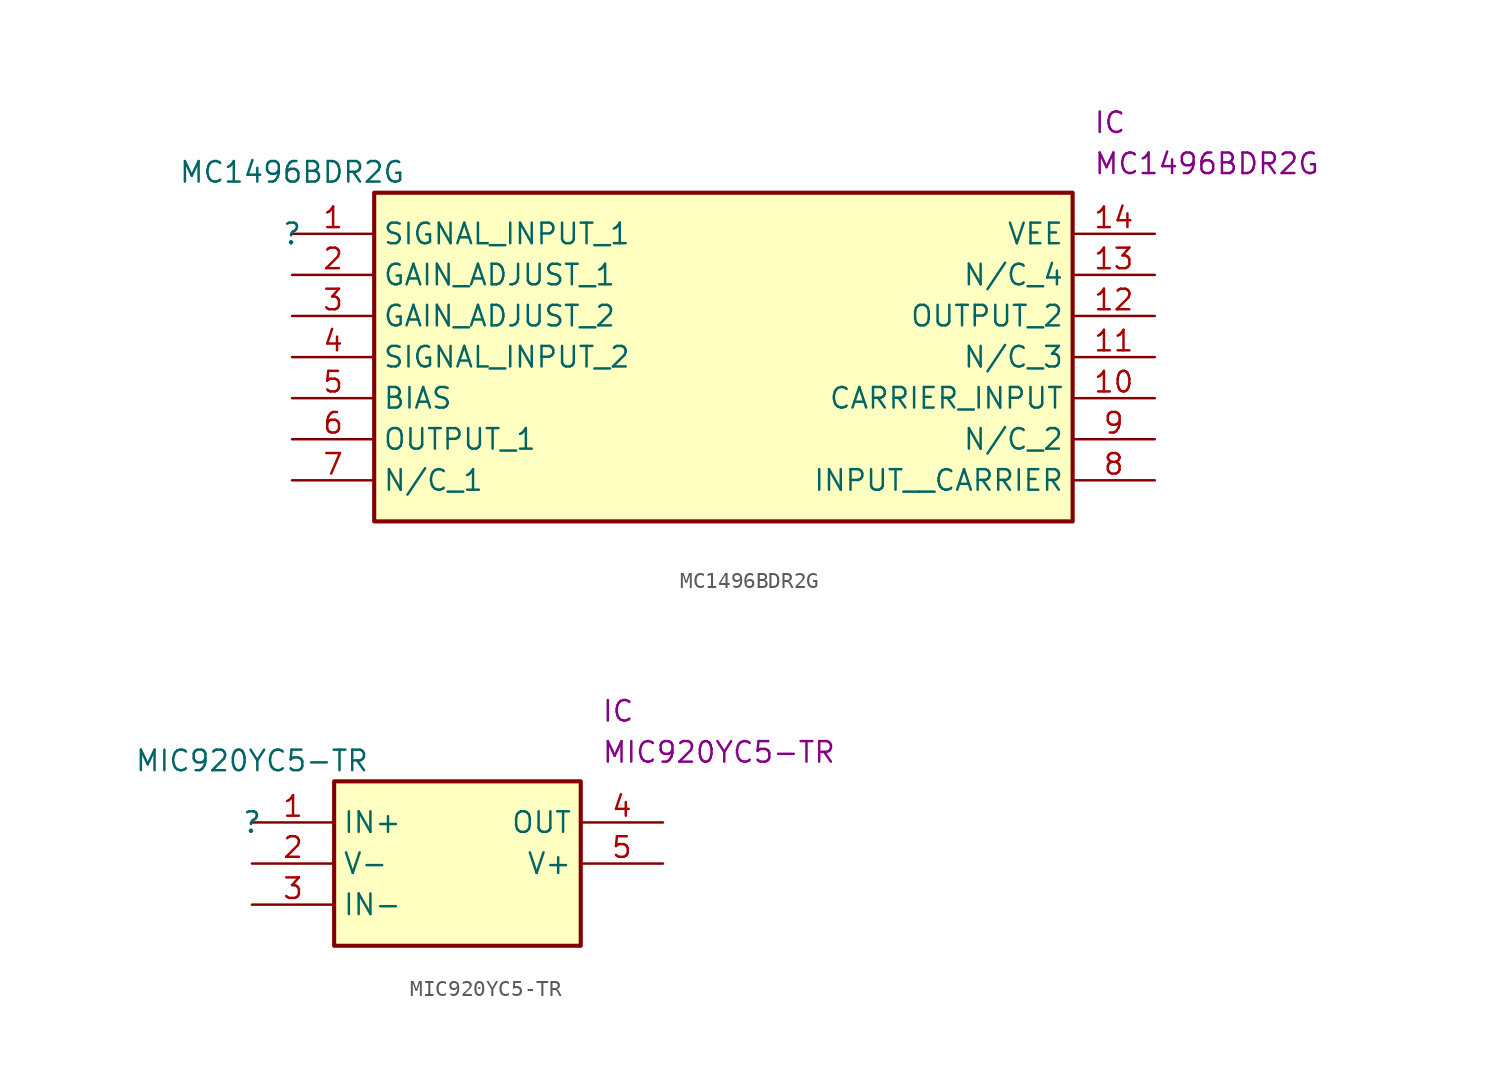
<source format=kicad_sym>
(kicad_symbol_lib
  (version 20211014)
  (generator kicad_symbol_editor)
  (symbol "MC1496BDR2G"
    (property "Reference" ""
      (at 0 0 0)
      (effects (font (size 1.27 1.27))))
    (property "Value" "MC1496BDR2G"
      (at 0 3.81 0)
      (effects (font (size 1.27 1.27))))
    (property "Reference_1" "IC"
      (at 49.53 7.62 0)
      (effects (font (size 1.27 1.27)) (justify left top)))
    (property "Value_1" "MC1496BDR2G"
      (at 49.53 5.08 0)
      (effects (font (size 1.27 1.27)) (justify left top)))
    (symbol "MC1496BDR2G_1_1"
      (rectangle (start 5.08 2.54) (end 48.26 -17.78) (stroke (width 0.254) (type default) (color 0 0 0 0)) (fill (type background)))
      (pin input line (at 0 0 0) (length 5.08) (name "SIGNAL_INPUT_1" (effects (font (size 1.27 1.27)))) (number "1" (effects (font (size 1.27 1.27)))))
      (pin input line (at 53.34 -10.16 180) (length 5.08) (name "CARRIER_INPUT" (effects (font (size 1.27 1.27)))) (number "10" (effects (font (size 1.27 1.27)))))
      (pin passive line (at 53.34 -7.62 180) (length 5.08) (name "N/C_3" (effects (font (size 1.27 1.27)))) (number "11" (effects (font (size 1.27 1.27)))))
      (pin output line (at 53.34 -5.08 180) (length 5.08) (name "OUTPUT_2" (effects (font (size 1.27 1.27)))) (number "12" (effects (font (size 1.27 1.27)))))
      (pin passive line (at 53.34 -2.54 180) (length 5.08) (name "N/C_4" (effects (font (size 1.27 1.27)))) (number "13" (effects (font (size 1.27 1.27)))))
      (pin passive line (at 53.34 0 180) (length 5.08) (name "VEE" (effects (font (size 1.27 1.27)))) (number "14" (effects (font (size 1.27 1.27)))))
      (pin input line (at 0 -2.54 0) (length 5.08) (name "GAIN_ADJUST_1" (effects (font (size 1.27 1.27)))) (number "2" (effects (font (size 1.27 1.27)))))
      (pin input line (at 0 -5.08 0) (length 5.08) (name "GAIN_ADJUST_2" (effects (font (size 1.27 1.27)))) (number "3" (effects (font (size 1.27 1.27)))))
      (pin input line (at 0 -7.62 0) (length 5.08) (name "SIGNAL_INPUT_2" (effects (font (size 1.27 1.27)))) (number "4" (effects (font (size 1.27 1.27)))))
      (pin passive line (at 0 -10.16 0) (length 5.08) (name "BIAS" (effects (font (size 1.27 1.27)))) (number "5" (effects (font (size 1.27 1.27)))))
      (pin output line (at 0 -12.7 0) (length 5.08) (name "OUTPUT_1" (effects (font (size 1.27 1.27)))) (number "6" (effects (font (size 1.27 1.27)))))
      (pin passive line (at 0 -15.24 0) (length 5.08) (name "N/C_1" (effects (font (size 1.27 1.27)))) (number "7" (effects (font (size 1.27 1.27)))))
      (pin input line (at 53.34 -15.24 180) (length 5.08) (name "INPUT__CARRIER" (effects (font (size 1.27 1.27)))) (number "8" (effects (font (size 1.27 1.27)))))
      (pin passive line (at 53.34 -12.7 180) (length 5.08) (name "N/C_2" (effects (font (size 1.27 1.27)))) (number "9" (effects (font (size 1.27 1.27)))))))
  (symbol "MIC920YC5-TR"
    (property "Reference" ""
      (at 0 0 0)
      (effects (font (size 1.27 1.27))))
    (property "Value" "MIC920YC5-TR"
      (at 0 3.81 0)
      (effects (font (size 1.27 1.27))))
    (property "Reference_1" "IC"
      (at 21.59 7.62 0)
      (effects (font (size 1.27 1.27)) (justify left top)))
    (property "Value_1" "MIC920YC5-TR"
      (at 21.59 5.08 0)
      (effects (font (size 1.27 1.27)) (justify left top)))
    (symbol "MIC920YC5-TR_1_1"
      (rectangle (start 5.08 2.54) (end 20.32 -7.62) (stroke (width 0.254) (type default) (color 0 0 0 0)) (fill (type background)))
      (pin passive line (at 0 0 0) (length 5.08) (name "IN+" (effects (font (size 1.27 1.27)))) (number "1" (effects (font (size 1.27 1.27)))))
      (pin passive line (at 0 -2.54 0) (length 5.08) (name "V-" (effects (font (size 1.27 1.27)))) (number "2" (effects (font (size 1.27 1.27)))))
      (pin passive line (at 0 -5.08 0) (length 5.08) (name "IN-" (effects (font (size 1.27 1.27)))) (number "3" (effects (font (size 1.27 1.27)))))
      (pin passive line (at 25.4 0 180) (length 5.08) (name "OUT" (effects (font (size 1.27 1.27)))) (number "4" (effects (font (size 1.27 1.27)))))
      (pin passive line (at 25.4 -2.54 180) (length 5.08) (name "V+" (effects (font (size 1.27 1.27)))) (number "5" (effects (font (size 1.27 1.27))))))))
</source>
